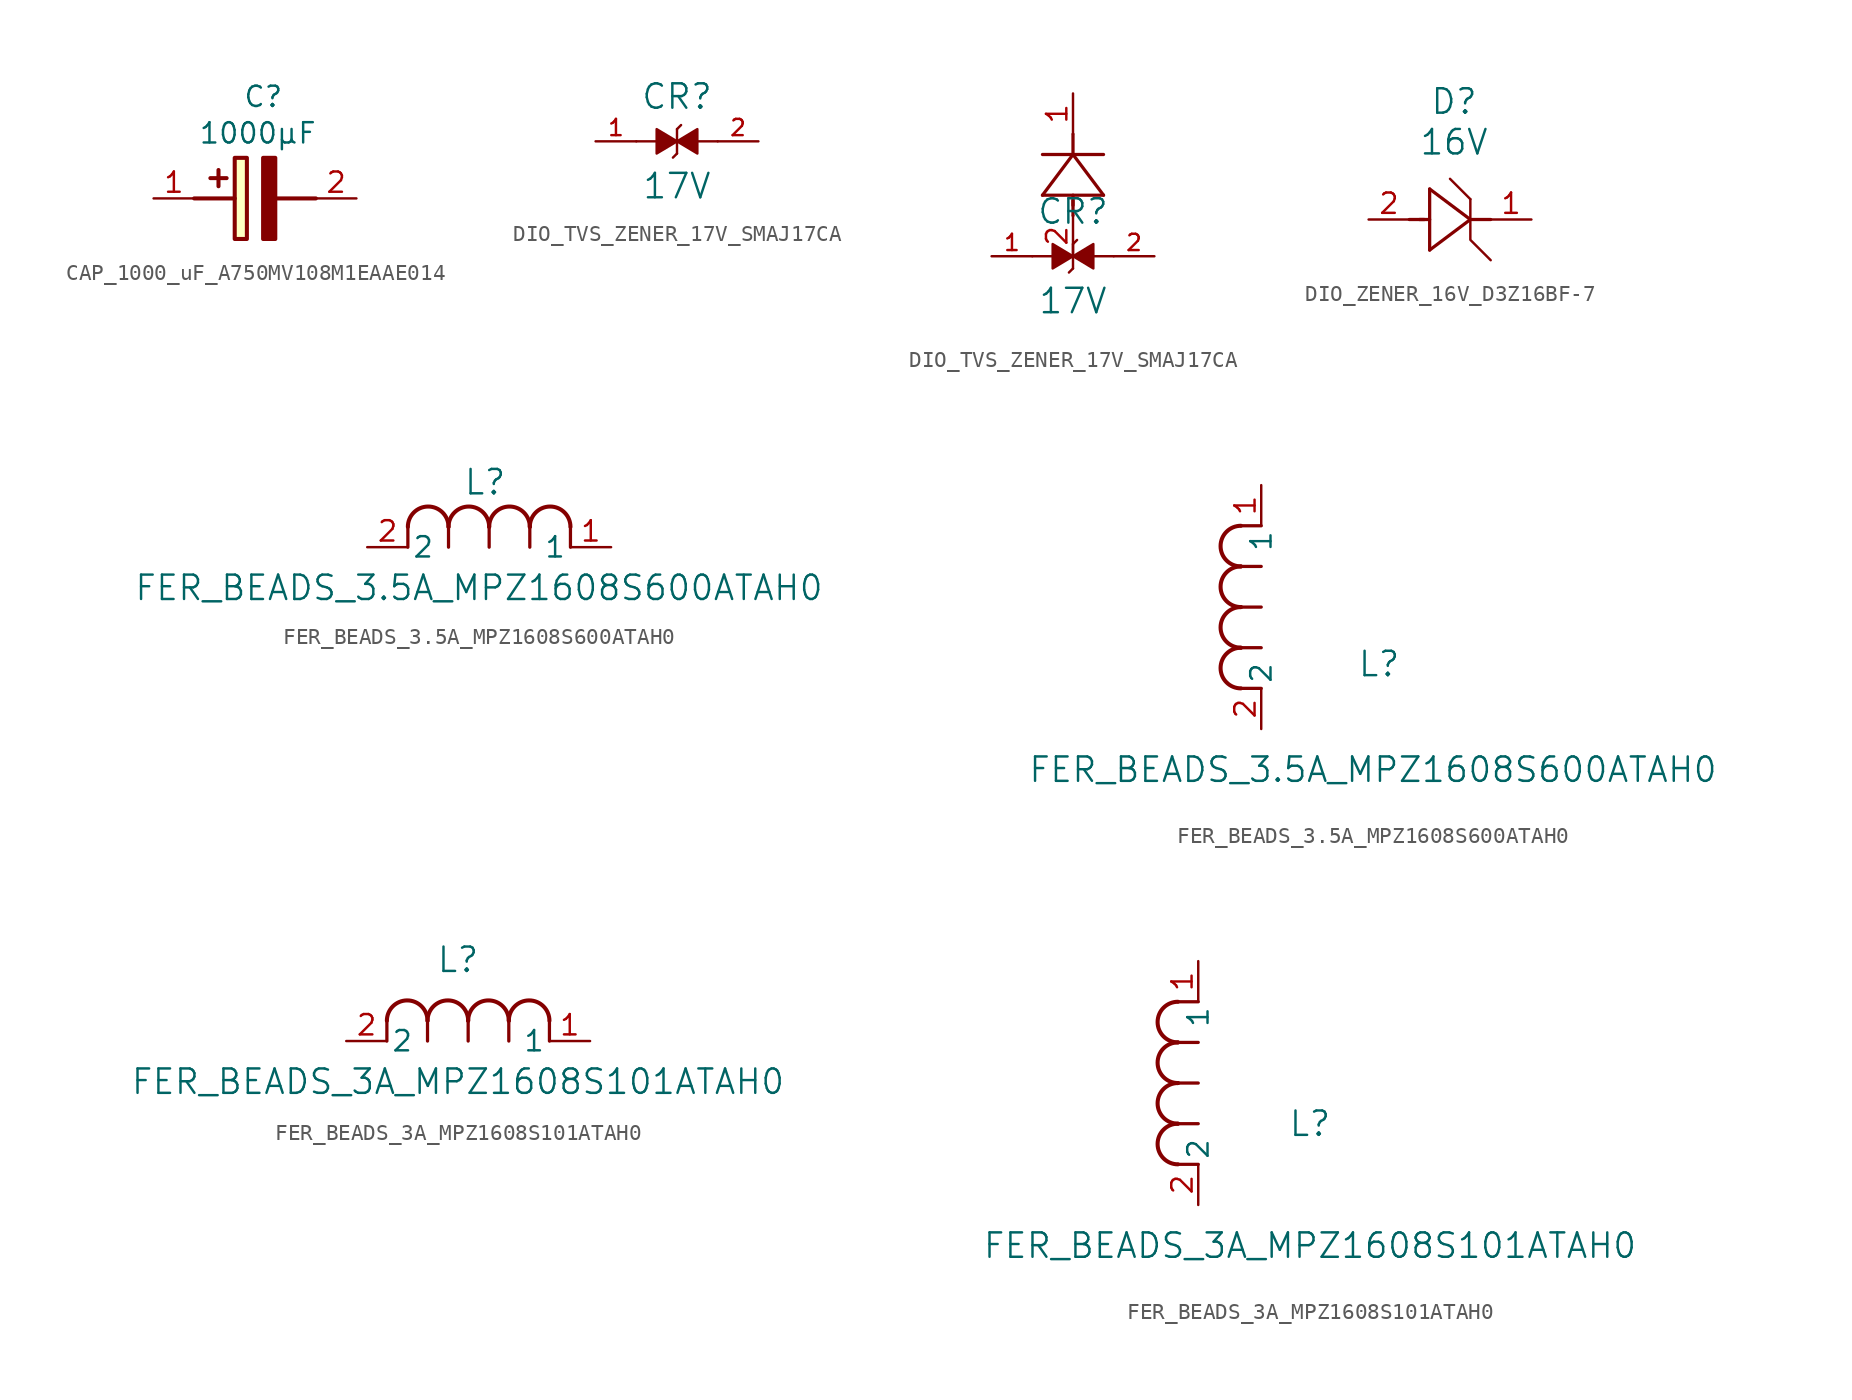
<source format=kicad_sym>
(kicad_symbol_lib
  (version 20231120)
  (generator "kicad_symbol_editor")
  (generator_version "8.0")
  (symbol "CAP_1000_uF_A750MV108M1EAAE014"
    (pin_names hide)
    (property "Reference" "C"
      (at -0.762 7.112 0)
      (effects (font (size 1.27 1.27)) (justify left top)))
    (property "Value" "1000µF"
      (at -3.556 4.826 0)
      (effects (font (size 1.27 1.27)) (justify left top)))
    (symbol "CAP_1000_uF_A750MV108M1EAAE014_1_1"
      (rectangle (start -1.27 2.54) (end -0.508 -2.54) (stroke (width 0.254) (type default)) (fill (type background)))
      (polyline (pts (xy -3.81 0) (xy -1.27 0)) (stroke (width 0.254) (type default)) (fill (type none)))
      (polyline (pts (xy -2.286 1.778) (xy -2.286 0.762)) (stroke (width 0.254) (type default)) (fill (type none)))
      (polyline (pts (xy -1.778 1.27) (xy -2.794 1.27)) (stroke (width 0.254) (type default)) (fill (type none)))
      (polyline (pts (xy 1.27 0) (xy 3.81 0)) (stroke (width 0.254) (type default)) (fill (type none)))
      (polyline (pts (xy 1.27 2.54) (xy 1.27 -2.54) (xy 0.508 -2.54) (xy 0.508 2.54) (xy 1.27 2.54)) (stroke (width 0.254) (type default)) (fill (type outline)))
      (pin passive line (at -6.35 0 0) (length 2.54) (name "+" (effects (font (size 1.27 1.27)))) (number "1" (effects (font (size 1.27 1.27)))))
      (pin passive line (at 6.35 0 180) (length 2.54) (name "-" (effects (font (size 1.27 1.27)))) (number "2" (effects (font (size 1.27 1.27)))))))
  (symbol "DIO_TVS_ZENER_17V_SMAJ17CA"
    (pin_names
      (offset 0.254))
    (property "Reference" "CR"
      (at 0 2.794 0)
      (effects (font (size 1.524 1.524))))
    (property "Value" "17V"
      (at 0 -2.794 0)
      (effects (font (size 1.524 1.524))))
    (property "ki_locked" ""
      (at 0 0 0)
      (effects (font (size 1.27 1.27))))
    (symbol "DIO_TVS_ZENER_17V_SMAJ17CA_0_0"
      (polyline (pts (xy -1.27 0) (xy -2.54 0)) (stroke (width 0.152) (type default)) (fill (type none)))
      (polyline (pts (xy 0 -0.762) (xy -0.254 -1.016)) (stroke (width 0.152) (type default)) (fill (type none)))
      (polyline (pts (xy 0 -0.762) (xy 0 0.762)) (stroke (width 0.152) (type default)) (fill (type none)))
      (polyline (pts (xy 0 0.762) (xy 0.254 1.016)) (stroke (width 0.152) (type default)) (fill (type none)))
      (polyline (pts (xy 1.27 0) (xy 2.54 0)) (stroke (width 0.152) (type default)) (fill (type none)))
      (polyline (pts (xy 0 0) (xy -1.27 -0.762) (xy -1.27 0.762) (xy 0 0)) (stroke (width 0.152) (type default)) (fill (type outline)))
      (polyline (pts (xy 0 0) (xy 1.27 0.762) (xy 1.27 -0.762) (xy 0 0)) (stroke (width 0.152) (type default)) (fill (type outline)))
      (pin passive line (at -5.08 0 0) (length 2.54) (name "~" (effects (font (size 1.016 1.016)))) (number "1" (effects (font (size 1.016 1.016)))))
      (pin passive line (at 5.08 0 180) (length 2.54) (name "~" (effects (font (size 1.016 1.016)))) (number "2" (effects (font (size 1.016 1.016))))))
    (symbol "DIO_TVS_ZENER_17V_SMAJ17CA_1_2"
      (polyline (pts (xy -1.905 3.81) (xy 1.905 3.81)) (stroke (width 0.203) (type default)) (fill (type none)))
      (polyline (pts (xy 0 2.54) (xy 0 3.48)) (stroke (width 0.203) (type default)) (fill (type none)))
      (polyline (pts (xy 0 3.175) (xy 0 3.81)) (stroke (width 0.203) (type default)) (fill (type none)))
      (polyline (pts (xy 0 6.35) (xy -1.905 3.81)) (stroke (width 0.203) (type default)) (fill (type none)))
      (polyline (pts (xy 0 6.35) (xy 0 7.62)) (stroke (width 0.203) (type default)) (fill (type none)))
      (polyline (pts (xy 1.905 3.81) (xy 0 6.35)) (stroke (width 0.203) (type default)) (fill (type none)))
      (polyline (pts (xy 1.905 6.35) (xy -1.905 6.35)) (stroke (width 0.203) (type default)) (fill (type none)))
      (pin unspecified line (at 0 10.16 270) (length 2.54) (name "" (effects (font (size 1.27 1.27)))) (number "1" (effects (font (size 1.27 1.27)))))
      (pin unspecified line (at 0 0 90) (length 2.54) (name "" (effects (font (size 1.27 1.27)))) (number "2" (effects (font (size 1.27 1.27)))))))
  (symbol "DIO_ZENER_16V_D3Z16BF-7"
    (pin_names
      (offset 0.254))
    (property "Reference" "D"
      (at 0.254 7.366 0)
      (effects (font (size 1.524 1.524))))
    (property "Value" "16V"
      (at 0.254 4.826 0)
      (effects (font (size 1.524 1.524))))
    (property "ki_locked" ""
      (at 0 0 0)
      (effects (font (size 1.27 1.27))))
    (symbol "DIO_ZENER_16V_D3Z16BF-7_1_1"
      (polyline (pts (xy -2.54 0) (xy -1.6 0)) (stroke (width 0.203) (type default)) (fill (type none)))
      (polyline (pts (xy -1.905 0) (xy -1.27 0)) (stroke (width 0.203) (type default)) (fill (type none)))
      (polyline (pts (xy -1.27 -1.905) (xy 1.27 0)) (stroke (width 0.203) (type default)) (fill (type none)))
      (polyline (pts (xy -1.27 1.905) (xy -1.27 -1.905)) (stroke (width 0.203) (type default)) (fill (type none)))
      (polyline (pts (xy 1.27 0) (xy -1.27 1.905)) (stroke (width 0.203) (type default)) (fill (type none)))
      (polyline (pts (xy 1.27 0) (xy 2.54 0)) (stroke (width 0.203) (type default)) (fill (type none)))
      (polyline (pts (xy 1.27 1.27) (xy 0 2.54)) (stroke (width 0) (type default)) (fill (type none)))
      (polyline (pts (xy 1.27 1.27) (xy 1.27 -1.27) (xy 2.54 -2.54)) (stroke (width 0) (type default)) (fill (type none)))
      (pin unspecified line (at 5.08 0 180) (length 2.54) (name "" (effects (font (size 1.27 1.27)))) (number "1" (effects (font (size 1.27 1.27)))))
      (pin unspecified line (at -5.08 0 0) (length 2.54) (name "" (effects (font (size 1.27 1.27)))) (number "2" (effects (font (size 1.27 1.27)))))))
  (symbol "FER_BEADS_3.5A_MPZ1608S600ATAH0"
    (pin_names
      (offset 0.254))
    (property "Reference" "L"
      (at 7.366 4.064 0)
      (effects (font (size 1.524 1.524))))
    (property "Value" "FER_BEADS_3.5A_MPZ1608S600ATAH0"
      (at 6.985 -2.54 0)
      (effects (font (size 1.524 1.524))))
    (property "ki_locked" ""
      (at 0 0 0)
      (effects (font (size 1.27 1.27))))
    (symbol "FER_BEADS_3.5A_MPZ1608S600ATAH0_1_1"
      (polyline (pts (xy 2.54 0) (xy 2.54 1.27)) (stroke (width 0.203) (type default)) (fill (type none)))
      (polyline (pts (xy 5.08 0) (xy 5.08 1.27)) (stroke (width 0.203) (type default)) (fill (type none)))
      (polyline (pts (xy 7.62 0) (xy 7.62 1.27)) (stroke (width 0.203) (type default)) (fill (type none)))
      (polyline (pts (xy 10.16 0) (xy 10.16 1.27)) (stroke (width 0.203) (type default)) (fill (type none)))
      (polyline (pts (xy 12.7 0) (xy 12.7 1.27)) (stroke (width 0.203) (type default)) (fill (type none)))
      (arc (start 5.08 1.27) (mid 3.81 2.5344) (end 2.54 1.27) (stroke (width 0.254) (type default)) (fill (type none)))
      (arc (start 7.62 1.27) (mid 6.35 2.5344) (end 5.08 1.27) (stroke (width 0.254) (type default)) (fill (type none)))
      (arc (start 10.16 1.27) (mid 8.89 2.5344) (end 7.62 1.27) (stroke (width 0.254) (type default)) (fill (type none)))
      (arc (start 12.7 1.27) (mid 11.43 2.5344) (end 10.16 1.27) (stroke (width 0.254) (type default)) (fill (type none)))
      (pin unspecified line (at 15.24 0 180) (length 2.54) (name "1" (effects (font (size 1.27 1.27)))) (number "1" (effects (font (size 1.27 1.27)))))
      (pin unspecified line (at 0 0 0) (length 2.54) (name "2" (effects (font (size 1.27 1.27)))) (number "2" (effects (font (size 1.27 1.27))))))
    (symbol "FER_BEADS_3.5A_MPZ1608S600ATAH0_1_2"
      (arc (start -1.27 5.08) (mid -2.5344 3.81) (end -1.27 2.54) (stroke (width 0.254) (type default)) (fill (type none)))
      (arc (start -1.27 7.62) (mid -2.5344 6.35) (end -1.27 5.08) (stroke (width 0.254) (type default)) (fill (type none)))
      (arc (start -1.27 10.16) (mid -2.5344 8.89) (end -1.27 7.62) (stroke (width 0.254) (type default)) (fill (type none)))
      (arc (start -1.27 12.7) (mid -2.5344 11.43) (end -1.27 10.16) (stroke (width 0.254) (type default)) (fill (type none)))
      (polyline (pts (xy 0 2.54) (xy -1.27 2.54)) (stroke (width 0.203) (type default)) (fill (type none)))
      (polyline (pts (xy 0 5.08) (xy -1.27 5.08)) (stroke (width 0.203) (type default)) (fill (type none)))
      (polyline (pts (xy 0 7.62) (xy -1.27 7.62)) (stroke (width 0.203) (type default)) (fill (type none)))
      (polyline (pts (xy 0 10.16) (xy -1.27 10.16)) (stroke (width 0.203) (type default)) (fill (type none)))
      (polyline (pts (xy 0 12.7) (xy -1.27 12.7)) (stroke (width 0.203) (type default)) (fill (type none)))
      (pin unspecified line (at 0 15.24 270) (length 2.54) (name "1" (effects (font (size 1.27 1.27)))) (number "1" (effects (font (size 1.27 1.27)))))
      (pin unspecified line (at 0 0 90) (length 2.54) (name "2" (effects (font (size 1.27 1.27)))) (number "2" (effects (font (size 1.27 1.27)))))))
  (symbol "FER_BEADS_3A_MPZ1608S101ATAH0"
    (pin_names
      (offset 0.254))
    (property "Reference" "L"
      (at 6.985 5.08 0)
      (effects (font (size 1.524 1.524))))
    (property "Value" "FER_BEADS_3A_MPZ1608S101ATAH0"
      (at 6.985 -2.54 0)
      (effects (font (size 1.524 1.524))))
    (property "ki_locked" ""
      (at 0 0 0)
      (effects (font (size 1.27 1.27))))
    (symbol "FER_BEADS_3A_MPZ1608S101ATAH0_1_1"
      (polyline (pts (xy 2.54 0) (xy 2.54 1.27)) (stroke (width 0.203) (type default)) (fill (type none)))
      (polyline (pts (xy 5.08 0) (xy 5.08 1.27)) (stroke (width 0.203) (type default)) (fill (type none)))
      (polyline (pts (xy 7.62 0) (xy 7.62 1.27)) (stroke (width 0.203) (type default)) (fill (type none)))
      (polyline (pts (xy 10.16 0) (xy 10.16 1.27)) (stroke (width 0.203) (type default)) (fill (type none)))
      (polyline (pts (xy 12.7 0) (xy 12.7 1.27)) (stroke (width 0.203) (type default)) (fill (type none)))
      (arc (start 5.08 1.27) (mid 3.81 2.5344) (end 2.54 1.27) (stroke (width 0.254) (type default)) (fill (type none)))
      (arc (start 7.62 1.27) (mid 6.35 2.5344) (end 5.08 1.27) (stroke (width 0.254) (type default)) (fill (type none)))
      (arc (start 10.16 1.27) (mid 8.89 2.5344) (end 7.62 1.27) (stroke (width 0.254) (type default)) (fill (type none)))
      (arc (start 12.7 1.27) (mid 11.43 2.5344) (end 10.16 1.27) (stroke (width 0.254) (type default)) (fill (type none)))
      (pin unspecified line (at 15.24 0 180) (length 2.54) (name "1" (effects (font (size 1.27 1.27)))) (number "1" (effects (font (size 1.27 1.27)))))
      (pin unspecified line (at 0 0 0) (length 2.54) (name "2" (effects (font (size 1.27 1.27)))) (number "2" (effects (font (size 1.27 1.27))))))
    (symbol "FER_BEADS_3A_MPZ1608S101ATAH0_1_2"
      (arc (start -1.27 5.08) (mid -2.5344 3.81) (end -1.27 2.54) (stroke (width 0.254) (type default)) (fill (type none)))
      (arc (start -1.27 7.62) (mid -2.5344 6.35) (end -1.27 5.08) (stroke (width 0.254) (type default)) (fill (type none)))
      (arc (start -1.27 10.16) (mid -2.5344 8.89) (end -1.27 7.62) (stroke (width 0.254) (type default)) (fill (type none)))
      (arc (start -1.27 12.7) (mid -2.5344 11.43) (end -1.27 10.16) (stroke (width 0.254) (type default)) (fill (type none)))
      (polyline (pts (xy 0 2.54) (xy -1.27 2.54)) (stroke (width 0.203) (type default)) (fill (type none)))
      (polyline (pts (xy 0 5.08) (xy -1.27 5.08)) (stroke (width 0.203) (type default)) (fill (type none)))
      (polyline (pts (xy 0 7.62) (xy -1.27 7.62)) (stroke (width 0.203) (type default)) (fill (type none)))
      (polyline (pts (xy 0 10.16) (xy -1.27 10.16)) (stroke (width 0.203) (type default)) (fill (type none)))
      (polyline (pts (xy 0 12.7) (xy -1.27 12.7)) (stroke (width 0.203) (type default)) (fill (type none)))
      (pin unspecified line (at 0 15.24 270) (length 2.54) (name "1" (effects (font (size 1.27 1.27)))) (number "1" (effects (font (size 1.27 1.27)))))
      (pin unspecified line (at 0 0 90) (length 2.54) (name "2" (effects (font (size 1.27 1.27)))) (number "2" (effects (font (size 1.27 1.27))))))))
</source>
